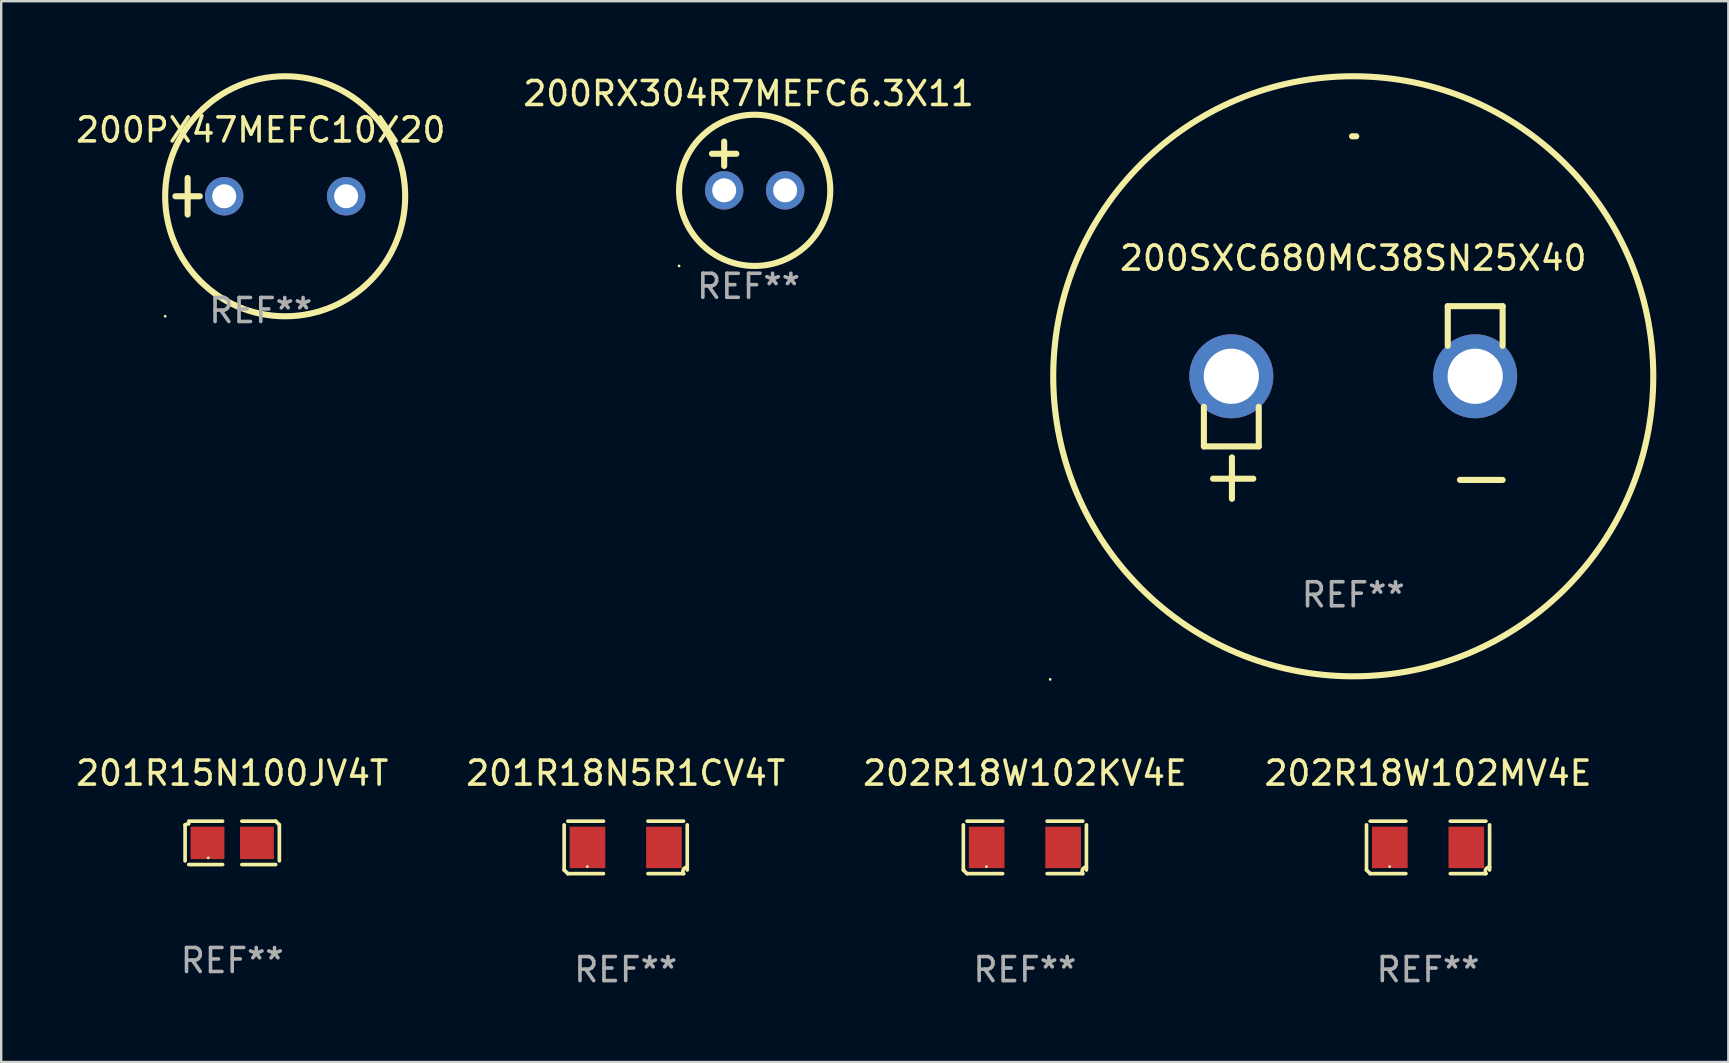
<source format=kicad_pcb>
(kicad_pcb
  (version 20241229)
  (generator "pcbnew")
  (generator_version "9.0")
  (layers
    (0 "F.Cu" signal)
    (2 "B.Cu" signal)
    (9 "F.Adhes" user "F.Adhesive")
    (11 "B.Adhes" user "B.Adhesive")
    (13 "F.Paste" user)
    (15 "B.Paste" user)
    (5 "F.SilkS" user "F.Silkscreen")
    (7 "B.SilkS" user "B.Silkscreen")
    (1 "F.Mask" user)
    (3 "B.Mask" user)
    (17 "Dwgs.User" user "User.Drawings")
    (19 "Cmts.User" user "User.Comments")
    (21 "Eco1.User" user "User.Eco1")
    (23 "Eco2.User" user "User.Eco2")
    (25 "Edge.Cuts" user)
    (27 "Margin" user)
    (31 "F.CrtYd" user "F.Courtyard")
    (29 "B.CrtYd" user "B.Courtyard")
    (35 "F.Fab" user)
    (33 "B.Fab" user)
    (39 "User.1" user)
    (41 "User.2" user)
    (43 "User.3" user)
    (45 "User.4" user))
  (footprint "202R18W102MV4E"
    (layer "F.Cu")
    (at 56.446 32.255)
    (property "Reference" "202R18W102MV4E" (at 0 -3.093 0) (layer "F.SilkS") (effects (font (size 1 1) (thickness 0.15))))
    (attr through_hole)
    (fp_line (start -2.564 0.94) (end -2.564 -0.94) (stroke (width 0.152) (type solid)) (layer "F.SilkS"))
    (fp_line (start -2.411 -1.093) (end -0.926 -1.093) (stroke (width 0.152) (type solid)) (layer "F.SilkS"))
    (fp_line (start -0.926 1.093) (end -2.411 1.093) (stroke (width 0.152) (type solid)) (layer "F.SilkS"))
    (fp_line (start 0.926 1.093) (end 2.411 1.093) (stroke (width 0.152) (type solid)) (layer "F.SilkS"))
    (fp_line (start 2.411 -1.093) (end 0.926 -1.093) (stroke (width 0.152) (type solid)) (layer "F.SilkS"))
    (fp_line (start 2.564 0.94) (end 2.564 -0.94) (stroke (width 0.152) (type solid)) (layer "F.SilkS"))
    (fp_arc (start -2.411201 1.092609) (mid -2.487413 1.01642) (end -2.563602 0.940208) (stroke (width 0.1524) (type solid)) (layer "F.SilkS"))
    (fp_arc (start 2.411201 1.092609) (mid 2.407159 0.911226) (end 2.563602 0.819347) (stroke (width 0.1524) (type solid)) (layer "F.SilkS"))
    (fp_circle (center -1.6 0.8) (end -1.57 0.8) (stroke (width 0.06) (type solid)) (fill no) (layer "F.SilkS"))
    (fp_text user "REF**" (at 0 5.093 0) (layer "F.Fab") (effects (font (size 1 1) (thickness 0.15))))
    (pad "1" smd rect (at -1.593 0) (size 1.485 1.728) (layers "F.Cu" "F.Mask" "F.Paste"))
    (pad "2" smd rect (at 1.593 0) (size 1.485 1.728) (layers "F.Cu" "F.Mask" "F.Paste")))
  (footprint "201R15N100JV4T"
    (layer "F.Cu")
    (at 6.625 32.066)
    (property "Reference" "201R15N100JV4T" (at 0 -2.904 0) (layer "F.SilkS") (effects (font (size 1 1) (thickness 0.15))))
    (attr through_hole)
    (fp_line (start -1.964 0.751) (end -1.964 -0.751) (stroke (width 0.152) (type solid)) (layer "F.SilkS"))
    (fp_line (start -1.811 -0.904) (end -0.401 -0.904) (stroke (width 0.152) (type solid)) (layer "F.SilkS"))
    (fp_line (start -0.401 0.904) (end -1.811 0.904) (stroke (width 0.152) (type solid)) (layer "F.SilkS"))
    (fp_line (start 0.401 0.904) (end 1.811 0.904) (stroke (width 0.152) (type solid)) (layer "F.SilkS"))
    (fp_line (start 1.811 -0.904) (end 0.401 -0.904) (stroke (width 0.152) (type solid)) (layer "F.SilkS"))
    (fp_line (start 1.964 0.751) (end 1.964 -0.751) (stroke (width 0.152) (type solid)) (layer "F.SilkS"))
    (fp_arc (start -1.963602 -0.751207) (mid -1.890354 -0.783131) (end -1.811201 -0.794044) (stroke (width 0.1524) (type solid)) (layer "F.SilkS"))
    (fp_arc (start 1.811202 -0.903607) (mid 1.887413 -0.827418) (end 1.963602 -0.751207) (stroke (width 0.1524) (type solid)) (layer "F.SilkS"))
    (fp_circle (center -1 0.625) (end -0.97 0.625) (stroke (width 0.06) (type solid)) (fill no) (layer "F.SilkS"))
    (fp_text user "REF**" (at 0 4.904 0) (layer "F.Fab") (effects (font (size 1 1) (thickness 0.15))))
    (pad "1" smd rect (at -1.03 0) (size 1.41 1.35) (layers "F.Cu" "F.Mask" "F.Paste"))
    (pad "2" smd rect (at 1.03 0) (size 1.41 1.35) (layers "F.Cu" "F.Mask" "F.Paste")))
  (footprint "200PX47MEFC10X20"
    (layer "F.Cu")
    (at 7.815 5.127)
    (property "Reference" "200PX47MEFC10X20" (at 0 -2.762 0) (layer "F.SilkS") (effects (font (size 1 1) (thickness 0.15))))
    (attr through_hole)
    (fp_line (start -3.556 0) (end -2.54 0) (stroke (width 0.254) (type solid)) (layer "F.SilkS"))
    (fp_line (start -3.048 -0.762) (end -3.048 0.762) (stroke (width 0.254) (type solid)) (layer "F.SilkS"))
    (fp_circle (center -3.984 5) (end -3.954 5) (stroke (width 0.06) (type solid)) (fill no) (layer "F.SilkS"))
    (fp_circle (center 1.016 0) (end 6.016 0) (stroke (width 0.254) (type solid)) (fill no) (layer "F.SilkS"))
    (fp_text user "REF**" (at 0 4.762 0) (layer "F.Fab") (effects (font (size 1 1) (thickness 0.15))))
    (pad "1" thru_hole circle (at -1.524 0) (size 1.6 1.6) (drill 1) (layers "*.Cu" "*.Mask"))
    (pad "2" thru_hole circle (at 3.556 0) (size 1.6 1.6) (drill 1) (layers "*.Cu" "*.Mask")))
  (footprint "200RX304R7MEFC6.3X11"
    (layer "F.Cu")
    (at 28.137 3.864)
    (property "Reference" "200RX304R7MEFC6.3X11" (at 0 -3.016 0) (layer "F.SilkS") (effects (font (size 1 1) (thickness 0.15))))
    (attr through_hole)
    (fp_line (start -1.524 -0.508) (end -0.508 -0.508) (stroke (width 0.254) (type solid)) (layer "F.SilkS"))
    (fp_line (start -1.016 -1.016) (end -1.016 0) (stroke (width 0.254) (type solid)) (layer "F.SilkS"))
    (fp_circle (center -2.896 4.166) (end -2.866 4.166) (stroke (width 0.06) (type solid)) (fill no) (layer "F.SilkS"))
    (fp_circle (center 0.254 1.016) (end 3.404 1.016) (stroke (width 0.254) (type solid)) (fill no) (layer "F.SilkS"))
    (fp_text user "REF**" (at 0 5.016 0) (layer "F.Fab") (effects (font (size 1 1) (thickness 0.15))))
    (pad "1" thru_hole circle (at -1.016 1.016) (size 1.6 1.6) (drill 1) (layers "*.Cu" "*.Mask"))
    (pad "2" thru_hole circle (at 1.524 1.016) (size 1.6 1.6) (drill 1) (layers "*.Cu" "*.Mask")))
  (footprint "200SXC680MC38SN25X40"
    (layer "F.Cu")
    (at 53.33 13.719)
    (property "Reference" "200SXC680MC38SN25X40" (at 0 -6.013 0) (layer "F.SilkS") (effects (font (size 1 1) (thickness 0.15))))
    (attr through_hole)
    (fp_line (start -6.223 0.178) (end -6.223 1.829) (stroke (width 0.254) (type solid)) (layer "F.SilkS"))
    (fp_line (start -6.223 1.829) (end -3.937 1.829) (stroke (width 0.254) (type solid)) (layer "F.SilkS"))
    (fp_line (start -5.055 4.013) (end -5.055 2.286) (stroke (width 0.254) (type solid)) (layer "F.SilkS"))
    (fp_line (start -4.166 3.175) (end -5.842 3.175) (stroke (width 0.254) (type solid)) (layer "F.SilkS"))
    (fp_line (start -3.937 1.829) (end -3.937 0.178) (stroke (width 0.254) (type solid)) (layer "F.SilkS"))
    (fp_line (start 3.937 -4.013) (end 3.937 -2.362) (stroke (width 0.254) (type solid)) (layer "F.SilkS"))
    (fp_line (start 6.223 -4.013) (end 3.937 -4.013) (stroke (width 0.254) (type solid)) (layer "F.SilkS"))
    (fp_line (start 6.223 -2.362) (end 6.223 -4.013) (stroke (width 0.254) (type solid)) (layer "F.SilkS"))
    (fp_line (start 6.223 3.226) (end 4.445 3.226) (stroke (width 0.254) (type solid)) (layer "F.SilkS"))
    (fp_arc (start -0.0508 -11.092202) (mid 0.036835 -11.091307) (end 0.12446 -11.089662) (stroke (width 0.254001) (type solid)) (layer "F.SilkS"))
    (fp_circle (center -12.627 11.535) (end -12.597 11.535) (stroke (width 0.06) (type solid)) (fill no) (layer "F.SilkS"))
    (fp_circle (center 0 -1.092) (end 12.5 -1.092) (stroke (width 0.254) (type solid)) (fill no) (layer "F.SilkS"))
    (fp_text user "REF**" (at 0 8.013 0) (layer "F.Fab") (effects (font (size 1 1) (thickness 0.15))))
    (pad "1" thru_hole circle (at -5.08 -1.092) (size 3.5 3.5) (drill 2.3) (layers "*.Cu" "*.Mask"))
    (pad "2" thru_hole circle (at 5.08 -1.092) (size 3.5 3.5) (drill 2.3) (layers "*.Cu" "*.Mask")))
  (footprint "201R18N5R1CV4T"
    (layer "F.Cu")
    (at 23.018 32.255)
    (property "Reference" "201R18N5R1CV4T" (at 0 -3.093 0) (layer "F.SilkS") (effects (font (size 1 1) (thickness 0.15))))
    (attr through_hole)
    (fp_line (start -2.564 0.94) (end -2.564 -0.94) (stroke (width 0.152) (type solid)) (layer "F.SilkS"))
    (fp_line (start -2.411 -1.093) (end -0.926 -1.093) (stroke (width 0.152) (type solid)) (layer "F.SilkS"))
    (fp_line (start -0.926 1.093) (end -2.411 1.093) (stroke (width 0.152) (type solid)) (layer "F.SilkS"))
    (fp_line (start 0.926 1.093) (end 2.411 1.093) (stroke (width 0.152) (type solid)) (layer "F.SilkS"))
    (fp_line (start 2.411 -1.093) (end 0.926 -1.093) (stroke (width 0.152) (type solid)) (layer "F.SilkS"))
    (fp_line (start 2.564 0.94) (end 2.564 -0.94) (stroke (width 0.152) (type solid)) (layer "F.SilkS"))
    (fp_arc (start -2.411201 1.092609) (mid -2.487413 1.01642) (end -2.563602 0.940208) (stroke (width 0.1524) (type solid)) (layer "F.SilkS"))
    (fp_arc (start 2.411201 1.092609) (mid 2.407159 0.911226) (end 2.563602 0.819347) (stroke (width 0.1524) (type solid)) (layer "F.SilkS"))
    (fp_circle (center -1.6 0.8) (end -1.57 0.8) (stroke (width 0.06) (type solid)) (fill no) (layer "F.SilkS"))
    (fp_text user "REF**" (at 0 5.093 0) (layer "F.Fab") (effects (font (size 1 1) (thickness 0.15))))
    (pad "1" smd rect (at -1.593 0) (size 1.485 1.728) (layers "F.Cu" "F.Mask" "F.Paste"))
    (pad "2" smd rect (at 1.593 0) (size 1.485 1.728) (layers "F.Cu" "F.Mask" "F.Paste")))
  (footprint "202R18W102KV4E"
    (layer "F.Cu")
    (at 39.649 32.255)
    (property "Reference" "202R18W102KV4E" (at 0 -3.093 0) (layer "F.SilkS") (effects (font (size 1 1) (thickness 0.15))))
    (attr through_hole)
    (fp_line (start -2.564 0.94) (end -2.564 -0.94) (stroke (width 0.152) (type solid)) (layer "F.SilkS"))
    (fp_line (start -2.411 -1.093) (end -0.926 -1.093) (stroke (width 0.152) (type solid)) (layer "F.SilkS"))
    (fp_line (start -0.926 1.093) (end -2.411 1.093) (stroke (width 0.152) (type solid)) (layer "F.SilkS"))
    (fp_line (start 0.926 1.093) (end 2.411 1.093) (stroke (width 0.152) (type solid)) (layer "F.SilkS"))
    (fp_line (start 2.411 -1.093) (end 0.926 -1.093) (stroke (width 0.152) (type solid)) (layer "F.SilkS"))
    (fp_line (start 2.564 0.94) (end 2.564 -0.94) (stroke (width 0.152) (type solid)) (layer "F.SilkS"))
    (fp_arc (start -2.411201 1.092609) (mid -2.487413 1.01642) (end -2.563602 0.940208) (stroke (width 0.1524) (type solid)) (layer "F.SilkS"))
    (fp_arc (start 2.411201 1.092609) (mid 2.407159 0.911226) (end 2.563602 0.819347) (stroke (width 0.1524) (type solid)) (layer "F.SilkS"))
    (fp_circle (center -1.6 0.8) (end -1.57 0.8) (stroke (width 0.06) (type solid)) (fill no) (layer "F.SilkS"))
    (fp_text user "REF**" (at 0 5.093 0) (layer "F.Fab") (effects (font (size 1 1) (thickness 0.15))))
    (pad "1" smd rect (at -1.593 0) (size 1.485 1.728) (layers "F.Cu" "F.Mask" "F.Paste"))
    (pad "2" smd rect (at 1.593 0) (size 1.485 1.728) (layers "F.Cu" "F.Mask" "F.Paste")))
  (gr_rect
    (start -3 -3)
    (end 68.957 41.195)
    (stroke (width 0.1) (type default))
    (fill no)
    (layer "Edge.Cuts")))
</source>
